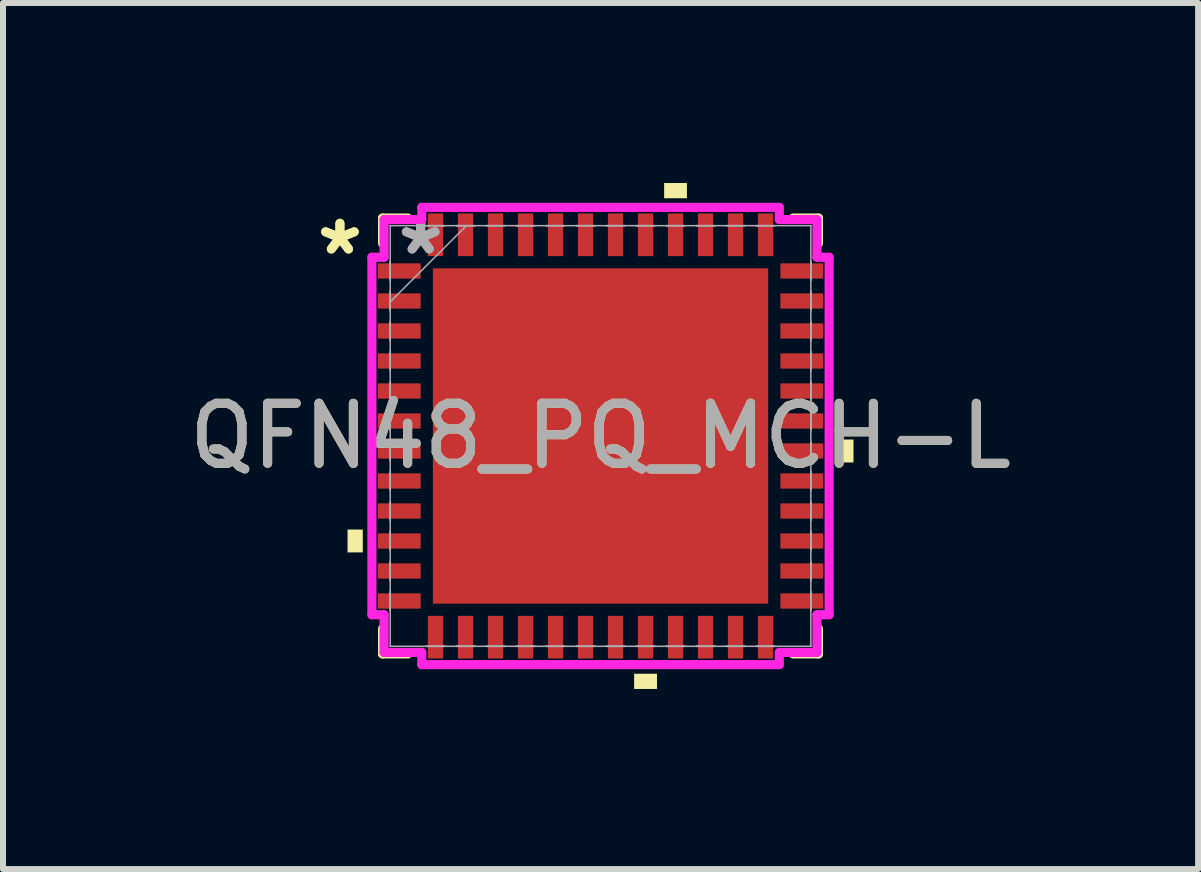
<source format=kicad_pcb>
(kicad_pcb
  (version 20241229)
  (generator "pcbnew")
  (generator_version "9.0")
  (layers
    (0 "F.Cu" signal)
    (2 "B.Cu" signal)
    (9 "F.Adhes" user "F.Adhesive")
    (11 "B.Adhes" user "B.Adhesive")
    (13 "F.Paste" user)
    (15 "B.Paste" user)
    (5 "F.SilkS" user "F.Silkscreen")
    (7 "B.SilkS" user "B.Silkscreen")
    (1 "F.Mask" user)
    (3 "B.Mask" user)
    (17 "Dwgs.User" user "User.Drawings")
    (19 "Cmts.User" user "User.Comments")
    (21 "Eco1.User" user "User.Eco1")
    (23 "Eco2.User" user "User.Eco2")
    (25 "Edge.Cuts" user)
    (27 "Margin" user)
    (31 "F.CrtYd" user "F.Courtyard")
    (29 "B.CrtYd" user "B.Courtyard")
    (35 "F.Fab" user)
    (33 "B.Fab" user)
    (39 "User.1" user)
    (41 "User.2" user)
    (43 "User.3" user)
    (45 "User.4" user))
  (footprint "QFN48_PQ_MCH-L"
    (layer "F.Cu")
    (at 6.958 4.216)
    (property "Reference" "QFN48_PQ_MCH-L" (at 0 0 0) (unlocked yes) (layer "F.SilkS") (effects (font (size 1 1) (thickness 0.15))))
    (attr smd)
    (fp_line (start -3.632 -3.632) (end -3.632 -3.21) (stroke (width 0.152) (type solid)) (layer "F.SilkS"))
    (fp_line (start -3.632 3.21) (end -3.632 3.632) (stroke (width 0.152) (type solid)) (layer "F.SilkS"))
    (fp_line (start -3.632 3.632) (end -3.21 3.632) (stroke (width 0.152) (type solid)) (layer "F.SilkS"))
    (fp_line (start -3.21 -3.632) (end -3.632 -3.632) (stroke (width 0.152) (type solid)) (layer "F.SilkS"))
    (fp_line (start 3.21 3.632) (end 3.632 3.632) (stroke (width 0.152) (type solid)) (layer "F.SilkS"))
    (fp_line (start 3.632 -3.632) (end 3.21 -3.632) (stroke (width 0.152) (type solid)) (layer "F.SilkS"))
    (fp_line (start 3.632 -3.21) (end 3.632 -3.632) (stroke (width 0.152) (type solid)) (layer "F.SilkS"))
    (fp_line (start 3.632 3.632) (end 3.632 3.21) (stroke (width 0.152) (type solid)) (layer "F.SilkS"))
    (fp_poly (pts (xy -4.216 1.559) (xy -4.216 1.94) (xy -3.962 1.94) (xy -3.962 1.559)) (stroke (width 0) (type solid)) (fill yes) (layer "F.SilkS"))
    (fp_poly (pts (xy 0.56 3.962) (xy 0.56 4.216) (xy 0.941 4.216) (xy 0.941 3.962)) (stroke (width 0) (type solid)) (fill yes) (layer "F.SilkS"))
    (fp_poly (pts (xy 1.06 -3.962) (xy 1.06 -4.216) (xy 1.44 -4.216) (xy 1.44 -3.962)) (stroke (width 0) (type solid)) (fill yes) (layer "F.SilkS"))
    (fp_poly (pts (xy 4.216 0.059) (xy 4.216 0.441) (xy 3.962 0.441) (xy 3.962 0.059)) (stroke (width 0) (type solid)) (fill yes) (layer "F.SilkS"))
    (fp_poly (pts (xy -2.694 -2.694) (xy -2.694 -1.497) (xy -1.497 -1.497) (xy -1.497 -2.694)) (stroke (width 0) (type solid)) (fill yes) (layer "F.Paste"))
    (fp_poly (pts (xy -2.694 -1.297) (xy -2.694 -0.1) (xy -1.497 -0.1) (xy -1.497 -1.297)) (stroke (width 0) (type solid)) (fill yes) (layer "F.Paste"))
    (fp_poly (pts (xy -2.694 0.1) (xy -2.694 1.297) (xy -1.497 1.297) (xy -1.497 0.1)) (stroke (width 0) (type solid)) (fill yes) (layer "F.Paste"))
    (fp_poly (pts (xy -2.694 1.497) (xy -2.694 2.694) (xy -1.497 2.694) (xy -1.497 1.497)) (stroke (width 0) (type solid)) (fill yes) (layer "F.Paste"))
    (fp_poly (pts (xy -1.297 -2.694) (xy -1.297 -1.497) (xy -0.1 -1.497) (xy -0.1 -2.694)) (stroke (width 0) (type solid)) (fill yes) (layer "F.Paste"))
    (fp_poly (pts (xy -1.297 -1.297) (xy -1.297 -0.1) (xy -0.1 -0.1) (xy -0.1 -1.297)) (stroke (width 0) (type solid)) (fill yes) (layer "F.Paste"))
    (fp_poly (pts (xy -1.297 0.1) (xy -1.297 1.297) (xy -0.1 1.297) (xy -0.1 0.1)) (stroke (width 0) (type solid)) (fill yes) (layer "F.Paste"))
    (fp_poly (pts (xy -1.297 1.497) (xy -1.297 2.694) (xy -0.1 2.694) (xy -0.1 1.497)) (stroke (width 0) (type solid)) (fill yes) (layer "F.Paste"))
    (fp_poly (pts (xy 0.1 -2.694) (xy 0.1 -1.497) (xy 1.297 -1.497) (xy 1.297 -2.694)) (stroke (width 0) (type solid)) (fill yes) (layer "F.Paste"))
    (fp_poly (pts (xy 0.1 -1.297) (xy 0.1 -0.1) (xy 1.297 -0.1) (xy 1.297 -1.297)) (stroke (width 0) (type solid)) (fill yes) (layer "F.Paste"))
    (fp_poly (pts (xy 0.1 0.1) (xy 0.1 1.297) (xy 1.297 1.297) (xy 1.297 0.1)) (stroke (width 0) (type solid)) (fill yes) (layer "F.Paste"))
    (fp_poly (pts (xy 0.1 1.497) (xy 0.1 2.694) (xy 1.297 2.694) (xy 1.297 1.497)) (stroke (width 0) (type solid)) (fill yes) (layer "F.Paste"))
    (fp_poly (pts (xy 1.497 -2.694) (xy 1.497 -1.497) (xy 2.694 -1.497) (xy 2.694 -2.694)) (stroke (width 0) (type solid)) (fill yes) (layer "F.Paste"))
    (fp_poly (pts (xy 1.497 -1.297) (xy 1.497 -0.1) (xy 2.694 -0.1) (xy 2.694 -1.297)) (stroke (width 0) (type solid)) (fill yes) (layer "F.Paste"))
    (fp_poly (pts (xy 1.497 0.1) (xy 1.497 1.297) (xy 2.694 1.297) (xy 2.694 0.1)) (stroke (width 0) (type solid)) (fill yes) (layer "F.Paste"))
    (fp_poly (pts (xy 1.497 1.497) (xy 1.497 2.694) (xy 2.694 2.694) (xy 2.694 1.497)) (stroke (width 0) (type solid)) (fill yes) (layer "F.Paste"))
    (fp_line (start -3.81 -2.979) (end -3.607 -2.979) (stroke (width 0.152) (type solid)) (layer "F.CrtYd"))
    (fp_line (start -3.81 2.979) (end -3.81 -2.979) (stroke (width 0.152) (type solid)) (layer "F.CrtYd"))
    (fp_line (start -3.607 -3.607) (end -2.979 -3.607) (stroke (width 0.152) (type solid)) (layer "F.CrtYd"))
    (fp_line (start -3.607 -2.979) (end -3.607 -3.607) (stroke (width 0.152) (type solid)) (layer "F.CrtYd"))
    (fp_line (start -3.607 2.979) (end -3.81 2.979) (stroke (width 0.152) (type solid)) (layer "F.CrtYd"))
    (fp_line (start -3.607 3.607) (end -3.607 2.979) (stroke (width 0.152) (type solid)) (layer "F.CrtYd"))
    (fp_line (start -2.979 -3.81) (end 2.979 -3.81) (stroke (width 0.152) (type solid)) (layer "F.CrtYd"))
    (fp_line (start -2.979 -3.607) (end -2.979 -3.81) (stroke (width 0.152) (type solid)) (layer "F.CrtYd"))
    (fp_line (start -2.979 3.607) (end -3.607 3.607) (stroke (width 0.152) (type solid)) (layer "F.CrtYd"))
    (fp_line (start -2.979 3.81) (end -2.979 3.607) (stroke (width 0.152) (type solid)) (layer "F.CrtYd"))
    (fp_line (start 2.979 -3.81) (end 2.979 -3.607) (stroke (width 0.152) (type solid)) (layer "F.CrtYd"))
    (fp_line (start 2.979 -3.607) (end 3.607 -3.607) (stroke (width 0.152) (type solid)) (layer "F.CrtYd"))
    (fp_line (start 2.979 3.607) (end 2.979 3.81) (stroke (width 0.152) (type solid)) (layer "F.CrtYd"))
    (fp_line (start 2.979 3.81) (end -2.979 3.81) (stroke (width 0.152) (type solid)) (layer "F.CrtYd"))
    (fp_line (start 3.607 -3.607) (end 3.607 -2.979) (stroke (width 0.152) (type solid)) (layer "F.CrtYd"))
    (fp_line (start 3.607 -2.979) (end 3.81 -2.979) (stroke (width 0.152) (type solid)) (layer "F.CrtYd"))
    (fp_line (start 3.607 2.979) (end 3.607 3.607) (stroke (width 0.152) (type solid)) (layer "F.CrtYd"))
    (fp_line (start 3.607 3.607) (end 2.979 3.607) (stroke (width 0.152) (type solid)) (layer "F.CrtYd"))
    (fp_line (start 3.81 -2.979) (end 3.81 2.979) (stroke (width 0.152) (type solid)) (layer "F.CrtYd"))
    (fp_line (start 3.81 2.979) (end 3.607 2.979) (stroke (width 0.152) (type solid)) (layer "F.CrtYd"))
    (fp_line (start -3.505 -3.505) (end -3.505 -3.505) (stroke (width 0.025) (type solid)) (layer "F.Fab"))
    (fp_line (start -3.505 -3.505) (end -3.505 3.505) (stroke (width 0.025) (type solid)) (layer "F.Fab"))
    (fp_line (start -3.505 -2.902) (end -3.505 -2.902) (stroke (width 0.025) (type solid)) (layer "F.Fab"))
    (fp_line (start -3.505 -2.902) (end -3.505 -2.598) (stroke (width 0.025) (type solid)) (layer "F.Fab"))
    (fp_line (start -3.505 -2.598) (end -3.505 -2.902) (stroke (width 0.025) (type solid)) (layer "F.Fab"))
    (fp_line (start -3.505 -2.598) (end -3.505 -2.598) (stroke (width 0.025) (type solid)) (layer "F.Fab"))
    (fp_line (start -3.505 -2.402) (end -3.505 -2.402) (stroke (width 0.025) (type solid)) (layer "F.Fab"))
    (fp_line (start -3.505 -2.402) (end -3.505 -2.098) (stroke (width 0.025) (type solid)) (layer "F.Fab"))
    (fp_line (start -3.505 -2.235) (end -2.235 -3.505) (stroke (width 0.025) (type solid)) (layer "F.Fab"))
    (fp_line (start -3.505 -2.098) (end -3.505 -2.402) (stroke (width 0.025) (type solid)) (layer "F.Fab"))
    (fp_line (start -3.505 -2.098) (end -3.505 -2.098) (stroke (width 0.025) (type solid)) (layer "F.Fab"))
    (fp_line (start -3.505 -1.902) (end -3.505 -1.902) (stroke (width 0.025) (type solid)) (layer "F.Fab"))
    (fp_line (start -3.505 -1.902) (end -3.505 -1.598) (stroke (width 0.025) (type solid)) (layer "F.Fab"))
    (fp_line (start -3.505 -1.598) (end -3.505 -1.902) (stroke (width 0.025) (type solid)) (layer "F.Fab"))
    (fp_line (start -3.505 -1.598) (end -3.505 -1.598) (stroke (width 0.025) (type solid)) (layer "F.Fab"))
    (fp_line (start -3.505 -1.402) (end -3.505 -1.402) (stroke (width 0.025) (type solid)) (layer "F.Fab"))
    (fp_line (start -3.505 -1.402) (end -3.505 -1.098) (stroke (width 0.025) (type solid)) (layer "F.Fab"))
    (fp_line (start -3.505 -1.098) (end -3.505 -1.402) (stroke (width 0.025) (type solid)) (layer "F.Fab"))
    (fp_line (start -3.505 -1.098) (end -3.505 -1.098) (stroke (width 0.025) (type solid)) (layer "F.Fab"))
    (fp_line (start -3.505 -0.902) (end -3.505 -0.902) (stroke (width 0.025) (type solid)) (layer "F.Fab"))
    (fp_line (start -3.505 -0.902) (end -3.505 -0.598) (stroke (width 0.025) (type solid)) (layer "F.Fab"))
    (fp_line (start -3.505 -0.598) (end -3.505 -0.902) (stroke (width 0.025) (type solid)) (layer "F.Fab"))
    (fp_line (start -3.505 -0.598) (end -3.505 -0.598) (stroke (width 0.025) (type solid)) (layer "F.Fab"))
    (fp_line (start -3.505 -0.402) (end -3.505 -0.402) (stroke (width 0.025) (type solid)) (layer "F.Fab"))
    (fp_line (start -3.505 -0.402) (end -3.505 -0.098) (stroke (width 0.025) (type solid)) (layer "F.Fab"))
    (fp_line (start -3.505 -0.098) (end -3.505 -0.402) (stroke (width 0.025) (type solid)) (layer "F.Fab"))
    (fp_line (start -3.505 -0.098) (end -3.505 -0.098) (stroke (width 0.025) (type solid)) (layer "F.Fab"))
    (fp_line (start -3.505 0.098) (end -3.505 0.098) (stroke (width 0.025) (type solid)) (layer "F.Fab"))
    (fp_line (start -3.505 0.098) (end -3.505 0.402) (stroke (width 0.025) (type solid)) (layer "F.Fab"))
    (fp_line (start -3.505 0.402) (end -3.505 0.098) (stroke (width 0.025) (type solid)) (layer "F.Fab"))
    (fp_line (start -3.505 0.402) (end -3.505 0.402) (stroke (width 0.025) (type solid)) (layer "F.Fab"))
    (fp_line (start -3.505 0.598) (end -3.505 0.598) (stroke (width 0.025) (type solid)) (layer "F.Fab"))
    (fp_line (start -3.505 0.598) (end -3.505 0.902) (stroke (width 0.025) (type solid)) (layer "F.Fab"))
    (fp_line (start -3.505 0.902) (end -3.505 0.598) (stroke (width 0.025) (type solid)) (layer "F.Fab"))
    (fp_line (start -3.505 0.902) (end -3.505 0.902) (stroke (width 0.025) (type solid)) (layer "F.Fab"))
    (fp_line (start -3.505 1.098) (end -3.505 1.098) (stroke (width 0.025) (type solid)) (layer "F.Fab"))
    (fp_line (start -3.505 1.098) (end -3.505 1.402) (stroke (width 0.025) (type solid)) (layer "F.Fab"))
    (fp_line (start -3.505 1.402) (end -3.505 1.098) (stroke (width 0.025) (type solid)) (layer "F.Fab"))
    (fp_line (start -3.505 1.402) (end -3.505 1.402) (stroke (width 0.025) (type solid)) (layer "F.Fab"))
    (fp_line (start -3.505 1.598) (end -3.505 1.598) (stroke (width 0.025) (type solid)) (layer "F.Fab"))
    (fp_line (start -3.505 1.598) (end -3.505 1.902) (stroke (width 0.025) (type solid)) (layer "F.Fab"))
    (fp_line (start -3.505 1.902) (end -3.505 1.598) (stroke (width 0.025) (type solid)) (layer "F.Fab"))
    (fp_line (start -3.505 1.902) (end -3.505 1.902) (stroke (width 0.025) (type solid)) (layer "F.Fab"))
    (fp_line (start -3.505 2.098) (end -3.505 2.098) (stroke (width 0.025) (type solid)) (layer "F.Fab"))
    (fp_line (start -3.505 2.098) (end -3.505 2.402) (stroke (width 0.025) (type solid)) (layer "F.Fab"))
    (fp_line (start -3.505 2.402) (end -3.505 2.098) (stroke (width 0.025) (type solid)) (layer "F.Fab"))
    (fp_line (start -3.505 2.402) (end -3.505 2.402) (stroke (width 0.025) (type solid)) (layer "F.Fab"))
    (fp_line (start -3.505 2.598) (end -3.505 2.598) (stroke (width 0.025) (type solid)) (layer "F.Fab"))
    (fp_line (start -3.505 2.598) (end -3.505 2.902) (stroke (width 0.025) (type solid)) (layer "F.Fab"))
    (fp_line (start -3.505 2.902) (end -3.505 2.598) (stroke (width 0.025) (type solid)) (layer "F.Fab"))
    (fp_line (start -3.505 2.902) (end -3.505 2.902) (stroke (width 0.025) (type solid)) (layer "F.Fab"))
    (fp_line (start -3.505 3.505) (end -3.505 3.505) (stroke (width 0.025) (type solid)) (layer "F.Fab"))
    (fp_line (start -3.505 3.505) (end 3.505 3.505) (stroke (width 0.025) (type solid)) (layer "F.Fab"))
    (fp_line (start -2.902 -3.505) (end -2.902 -3.505) (stroke (width 0.025) (type solid)) (layer "F.Fab"))
    (fp_line (start -2.902 -3.505) (end -2.598 -3.505) (stroke (width 0.025) (type solid)) (layer "F.Fab"))
    (fp_line (start -2.902 3.505) (end -2.902 3.505) (stroke (width 0.025) (type solid)) (layer "F.Fab"))
    (fp_line (start -2.902 3.505) (end -2.598 3.505) (stroke (width 0.025) (type solid)) (layer "F.Fab"))
    (fp_line (start -2.598 -3.505) (end -2.902 -3.505) (stroke (width 0.025) (type solid)) (layer "F.Fab"))
    (fp_line (start -2.598 -3.505) (end -2.598 -3.505) (stroke (width 0.025) (type solid)) (layer "F.Fab"))
    (fp_line (start -2.598 3.505) (end -2.902 3.505) (stroke (width 0.025) (type solid)) (layer "F.Fab"))
    (fp_line (start -2.598 3.505) (end -2.598 3.505) (stroke (width 0.025) (type solid)) (layer "F.Fab"))
    (fp_line (start -2.402 -3.505) (end -2.402 -3.505) (stroke (width 0.025) (type solid)) (layer "F.Fab"))
    (fp_line (start -2.402 -3.505) (end -2.098 -3.505) (stroke (width 0.025) (type solid)) (layer "F.Fab"))
    (fp_line (start -2.402 3.505) (end -2.402 3.505) (stroke (width 0.025) (type solid)) (layer "F.Fab"))
    (fp_line (start -2.402 3.505) (end -2.098 3.505) (stroke (width 0.025) (type solid)) (layer "F.Fab"))
    (fp_line (start -2.098 -3.505) (end -2.402 -3.505) (stroke (width 0.025) (type solid)) (layer "F.Fab"))
    (fp_line (start -2.098 -3.505) (end -2.098 -3.505) (stroke (width 0.025) (type solid)) (layer "F.Fab"))
    (fp_line (start -2.098 3.505) (end -2.402 3.505) (stroke (width 0.025) (type solid)) (layer "F.Fab"))
    (fp_line (start -2.098 3.505) (end -2.098 3.505) (stroke (width 0.025) (type solid)) (layer "F.Fab"))
    (fp_line (start -1.902 -3.505) (end -1.902 -3.505) (stroke (width 0.025) (type solid)) (layer "F.Fab"))
    (fp_line (start -1.902 -3.505) (end -1.598 -3.505) (stroke (width 0.025) (type solid)) (layer "F.Fab"))
    (fp_line (start -1.902 3.505) (end -1.902 3.505) (stroke (width 0.025) (type solid)) (layer "F.Fab"))
    (fp_line (start -1.902 3.505) (end -1.598 3.505) (stroke (width 0.025) (type solid)) (layer "F.Fab"))
    (fp_line (start -1.598 -3.505) (end -1.902 -3.505) (stroke (width 0.025) (type solid)) (layer "F.Fab"))
    (fp_line (start -1.598 -3.505) (end -1.598 -3.505) (stroke (width 0.025) (type solid)) (layer "F.Fab"))
    (fp_line (start -1.598 3.505) (end -1.902 3.505) (stroke (width 0.025) (type solid)) (layer "F.Fab"))
    (fp_line (start -1.598 3.505) (end -1.598 3.505) (stroke (width 0.025) (type solid)) (layer "F.Fab"))
    (fp_line (start -1.402 -3.505) (end -1.402 -3.505) (stroke (width 0.025) (type solid)) (layer "F.Fab"))
    (fp_line (start -1.402 -3.505) (end -1.098 -3.505) (stroke (width 0.025) (type solid)) (layer "F.Fab"))
    (fp_line (start -1.402 3.505) (end -1.402 3.505) (stroke (width 0.025) (type solid)) (layer "F.Fab"))
    (fp_line (start -1.402 3.505) (end -1.098 3.505) (stroke (width 0.025) (type solid)) (layer "F.Fab"))
    (fp_line (start -1.098 -3.505) (end -1.402 -3.505) (stroke (width 0.025) (type solid)) (layer "F.Fab"))
    (fp_line (start -1.098 -3.505) (end -1.098 -3.505) (stroke (width 0.025) (type solid)) (layer "F.Fab"))
    (fp_line (start -1.098 3.505) (end -1.402 3.505) (stroke (width 0.025) (type solid)) (layer "F.Fab"))
    (fp_line (start -1.098 3.505) (end -1.098 3.505) (stroke (width 0.025) (type solid)) (layer "F.Fab"))
    (fp_line (start -0.902 -3.505) (end -0.902 -3.505) (stroke (width 0.025) (type solid)) (layer "F.Fab"))
    (fp_line (start -0.902 -3.505) (end -0.598 -3.505) (stroke (width 0.025) (type solid)) (layer "F.Fab"))
    (fp_line (start -0.902 3.505) (end -0.902 3.505) (stroke (width 0.025) (type solid)) (layer "F.Fab"))
    (fp_line (start -0.902 3.505) (end -0.598 3.505) (stroke (width 0.025) (type solid)) (layer "F.Fab"))
    (fp_line (start -0.598 -3.505) (end -0.902 -3.505) (stroke (width 0.025) (type solid)) (layer "F.Fab"))
    (fp_line (start -0.598 -3.505) (end -0.598 -3.505) (stroke (width 0.025) (type solid)) (layer "F.Fab"))
    (fp_line (start -0.598 3.505) (end -0.902 3.505) (stroke (width 0.025) (type solid)) (layer "F.Fab"))
    (fp_line (start -0.598 3.505) (end -0.598 3.505) (stroke (width 0.025) (type solid)) (layer "F.Fab"))
    (fp_line (start -0.402 -3.505) (end -0.402 -3.505) (stroke (width 0.025) (type solid)) (layer "F.Fab"))
    (fp_line (start -0.402 -3.505) (end -0.098 -3.505) (stroke (width 0.025) (type solid)) (layer "F.Fab"))
    (fp_line (start -0.402 3.505) (end -0.402 3.505) (stroke (width 0.025) (type solid)) (layer "F.Fab"))
    (fp_line (start -0.402 3.505) (end -0.098 3.505) (stroke (width 0.025) (type solid)) (layer "F.Fab"))
    (fp_line (start -0.098 -3.505) (end -0.402 -3.505) (stroke (width 0.025) (type solid)) (layer "F.Fab"))
    (fp_line (start -0.098 -3.505) (end -0.098 -3.505) (stroke (width 0.025) (type solid)) (layer "F.Fab"))
    (fp_line (start -0.098 3.505) (end -0.402 3.505) (stroke (width 0.025) (type solid)) (layer "F.Fab"))
    (fp_line (start -0.098 3.505) (end -0.098 3.505) (stroke (width 0.025) (type solid)) (layer "F.Fab"))
    (fp_line (start 0.098 -3.505) (end 0.098 -3.505) (stroke (width 0.025) (type solid)) (layer "F.Fab"))
    (fp_line (start 0.098 -3.505) (end 0.402 -3.505) (stroke (width 0.025) (type solid)) (layer "F.Fab"))
    (fp_line (start 0.098 3.505) (end 0.098 3.505) (stroke (width 0.025) (type solid)) (layer "F.Fab"))
    (fp_line (start 0.098 3.505) (end 0.402 3.505) (stroke (width 0.025) (type solid)) (layer "F.Fab"))
    (fp_line (start 0.402 -3.505) (end 0.098 -3.505) (stroke (width 0.025) (type solid)) (layer "F.Fab"))
    (fp_line (start 0.402 -3.505) (end 0.402 -3.505) (stroke (width 0.025) (type solid)) (layer "F.Fab"))
    (fp_line (start 0.402 3.505) (end 0.098 3.505) (stroke (width 0.025) (type solid)) (layer "F.Fab"))
    (fp_line (start 0.402 3.505) (end 0.402 3.505) (stroke (width 0.025) (type solid)) (layer "F.Fab"))
    (fp_line (start 0.598 -3.505) (end 0.598 -3.505) (stroke (width 0.025) (type solid)) (layer "F.Fab"))
    (fp_line (start 0.598 -3.505) (end 0.902 -3.505) (stroke (width 0.025) (type solid)) (layer "F.Fab"))
    (fp_line (start 0.598 3.505) (end 0.598 3.505) (stroke (width 0.025) (type solid)) (layer "F.Fab"))
    (fp_line (start 0.598 3.505) (end 0.902 3.505) (stroke (width 0.025) (type solid)) (layer "F.Fab"))
    (fp_line (start 0.902 -3.505) (end 0.598 -3.505) (stroke (width 0.025) (type solid)) (layer "F.Fab"))
    (fp_line (start 0.902 -3.505) (end 0.902 -3.505) (stroke (width 0.025) (type solid)) (layer "F.Fab"))
    (fp_line (start 0.902 3.505) (end 0.598 3.505) (stroke (width 0.025) (type solid)) (layer "F.Fab"))
    (fp_line (start 0.902 3.505) (end 0.902 3.505) (stroke (width 0.025) (type solid)) (layer "F.Fab"))
    (fp_line (start 1.098 -3.505) (end 1.098 -3.505) (stroke (width 0.025) (type solid)) (layer "F.Fab"))
    (fp_line (start 1.098 -3.505) (end 1.402 -3.505) (stroke (width 0.025) (type solid)) (layer "F.Fab"))
    (fp_line (start 1.098 3.505) (end 1.098 3.505) (stroke (width 0.025) (type solid)) (layer "F.Fab"))
    (fp_line (start 1.098 3.505) (end 1.402 3.505) (stroke (width 0.025) (type solid)) (layer "F.Fab"))
    (fp_line (start 1.402 -3.505) (end 1.098 -3.505) (stroke (width 0.025) (type solid)) (layer "F.Fab"))
    (fp_line (start 1.402 -3.505) (end 1.402 -3.505) (stroke (width 0.025) (type solid)) (layer "F.Fab"))
    (fp_line (start 1.402 3.505) (end 1.098 3.505) (stroke (width 0.025) (type solid)) (layer "F.Fab"))
    (fp_line (start 1.402 3.505) (end 1.402 3.505) (stroke (width 0.025) (type solid)) (layer "F.Fab"))
    (fp_line (start 1.598 -3.505) (end 1.598 -3.505) (stroke (width 0.025) (type solid)) (layer "F.Fab"))
    (fp_line (start 1.598 -3.505) (end 1.902 -3.505) (stroke (width 0.025) (type solid)) (layer "F.Fab"))
    (fp_line (start 1.598 3.505) (end 1.598 3.505) (stroke (width 0.025) (type solid)) (layer "F.Fab"))
    (fp_line (start 1.598 3.505) (end 1.902 3.505) (stroke (width 0.025) (type solid)) (layer "F.Fab"))
    (fp_line (start 1.902 -3.505) (end 1.598 -3.505) (stroke (width 0.025) (type solid)) (layer "F.Fab"))
    (fp_line (start 1.902 -3.505) (end 1.902 -3.505) (stroke (width 0.025) (type solid)) (layer "F.Fab"))
    (fp_line (start 1.902 3.505) (end 1.598 3.505) (stroke (width 0.025) (type solid)) (layer "F.Fab"))
    (fp_line (start 1.902 3.505) (end 1.902 3.505) (stroke (width 0.025) (type solid)) (layer "F.Fab"))
    (fp_line (start 2.098 -3.505) (end 2.098 -3.505) (stroke (width 0.025) (type solid)) (layer "F.Fab"))
    (fp_line (start 2.098 -3.505) (end 2.402 -3.505) (stroke (width 0.025) (type solid)) (layer "F.Fab"))
    (fp_line (start 2.098 3.505) (end 2.098 3.505) (stroke (width 0.025) (type solid)) (layer "F.Fab"))
    (fp_line (start 2.098 3.505) (end 2.402 3.505) (stroke (width 0.025) (type solid)) (layer "F.Fab"))
    (fp_line (start 2.402 -3.505) (end 2.098 -3.505) (stroke (width 0.025) (type solid)) (layer "F.Fab"))
    (fp_line (start 2.402 -3.505) (end 2.402 -3.505) (stroke (width 0.025) (type solid)) (layer "F.Fab"))
    (fp_line (start 2.402 3.505) (end 2.098 3.505) (stroke (width 0.025) (type solid)) (layer "F.Fab"))
    (fp_line (start 2.402 3.505) (end 2.402 3.505) (stroke (width 0.025) (type solid)) (layer "F.Fab"))
    (fp_line (start 2.598 -3.505) (end 2.598 -3.505) (stroke (width 0.025) (type solid)) (layer "F.Fab"))
    (fp_line (start 2.598 -3.505) (end 2.902 -3.505) (stroke (width 0.025) (type solid)) (layer "F.Fab"))
    (fp_line (start 2.598 3.505) (end 2.598 3.505) (stroke (width 0.025) (type solid)) (layer "F.Fab"))
    (fp_line (start 2.598 3.505) (end 2.902 3.505) (stroke (width 0.025) (type solid)) (layer "F.Fab"))
    (fp_line (start 2.902 -3.505) (end 2.598 -3.505) (stroke (width 0.025) (type solid)) (layer "F.Fab"))
    (fp_line (start 2.902 -3.505) (end 2.902 -3.505) (stroke (width 0.025) (type solid)) (layer "F.Fab"))
    (fp_line (start 2.902 3.505) (end 2.598 3.505) (stroke (width 0.025) (type solid)) (layer "F.Fab"))
    (fp_line (start 2.902 3.505) (end 2.902 3.505) (stroke (width 0.025) (type solid)) (layer "F.Fab"))
    (fp_line (start 3.505 -3.505) (end -3.505 -3.505) (stroke (width 0.025) (type solid)) (layer "F.Fab"))
    (fp_line (start 3.505 -3.505) (end 3.505 -3.505) (stroke (width 0.025) (type solid)) (layer "F.Fab"))
    (fp_line (start 3.505 -2.902) (end 3.505 -2.902) (stroke (width 0.025) (type solid)) (layer "F.Fab"))
    (fp_line (start 3.505 -2.902) (end 3.505 -2.598) (stroke (width 0.025) (type solid)) (layer "F.Fab"))
    (fp_line (start 3.505 -2.598) (end 3.505 -2.902) (stroke (width 0.025) (type solid)) (layer "F.Fab"))
    (fp_line (start 3.505 -2.598) (end 3.505 -2.598) (stroke (width 0.025) (type solid)) (layer "F.Fab"))
    (fp_line (start 3.505 -2.402) (end 3.505 -2.402) (stroke (width 0.025) (type solid)) (layer "F.Fab"))
    (fp_line (start 3.505 -2.402) (end 3.505 -2.098) (stroke (width 0.025) (type solid)) (layer "F.Fab"))
    (fp_line (start 3.505 -2.098) (end 3.505 -2.402) (stroke (width 0.025) (type solid)) (layer "F.Fab"))
    (fp_line (start 3.505 -2.098) (end 3.505 -2.098) (stroke (width 0.025) (type solid)) (layer "F.Fab"))
    (fp_line (start 3.505 -1.902) (end 3.505 -1.902) (stroke (width 0.025) (type solid)) (layer "F.Fab"))
    (fp_line (start 3.505 -1.902) (end 3.505 -1.598) (stroke (width 0.025) (type solid)) (layer "F.Fab"))
    (fp_line (start 3.505 -1.598) (end 3.505 -1.902) (stroke (width 0.025) (type solid)) (layer "F.Fab"))
    (fp_line (start 3.505 -1.598) (end 3.505 -1.598) (stroke (width 0.025) (type solid)) (layer "F.Fab"))
    (fp_line (start 3.505 -1.402) (end 3.505 -1.402) (stroke (width 0.025) (type solid)) (layer "F.Fab"))
    (fp_line (start 3.505 -1.402) (end 3.505 -1.098) (stroke (width 0.025) (type solid)) (layer "F.Fab"))
    (fp_line (start 3.505 -1.098) (end 3.505 -1.402) (stroke (width 0.025) (type solid)) (layer "F.Fab"))
    (fp_line (start 3.505 -1.098) (end 3.505 -1.098) (stroke (width 0.025) (type solid)) (layer "F.Fab"))
    (fp_line (start 3.505 -0.902) (end 3.505 -0.902) (stroke (width 0.025) (type solid)) (layer "F.Fab"))
    (fp_line (start 3.505 -0.902) (end 3.505 -0.598) (stroke (width 0.025) (type solid)) (layer "F.Fab"))
    (fp_line (start 3.505 -0.598) (end 3.505 -0.902) (stroke (width 0.025) (type solid)) (layer "F.Fab"))
    (fp_line (start 3.505 -0.598) (end 3.505 -0.598) (stroke (width 0.025) (type solid)) (layer "F.Fab"))
    (fp_line (start 3.505 -0.402) (end 3.505 -0.402) (stroke (width 0.025) (type solid)) (layer "F.Fab"))
    (fp_line (start 3.505 -0.402) (end 3.505 -0.098) (stroke (width 0.025) (type solid)) (layer "F.Fab"))
    (fp_line (start 3.505 -0.098) (end 3.505 -0.402) (stroke (width 0.025) (type solid)) (layer "F.Fab"))
    (fp_line (start 3.505 -0.098) (end 3.505 -0.098) (stroke (width 0.025) (type solid)) (layer "F.Fab"))
    (fp_line (start 3.505 0.098) (end 3.505 0.098) (stroke (width 0.025) (type solid)) (layer "F.Fab"))
    (fp_line (start 3.505 0.098) (end 3.505 0.402) (stroke (width 0.025) (type solid)) (layer "F.Fab"))
    (fp_line (start 3.505 0.402) (end 3.505 0.098) (stroke (width 0.025) (type solid)) (layer "F.Fab"))
    (fp_line (start 3.505 0.402) (end 3.505 0.402) (stroke (width 0.025) (type solid)) (layer "F.Fab"))
    (fp_line (start 3.505 0.598) (end 3.505 0.598) (stroke (width 0.025) (type solid)) (layer "F.Fab"))
    (fp_line (start 3.505 0.598) (end 3.505 0.902) (stroke (width 0.025) (type solid)) (layer "F.Fab"))
    (fp_line (start 3.505 0.902) (end 3.505 0.598) (stroke (width 0.025) (type solid)) (layer "F.Fab"))
    (fp_line (start 3.505 0.902) (end 3.505 0.902) (stroke (width 0.025) (type solid)) (layer "F.Fab"))
    (fp_line (start 3.505 1.098) (end 3.505 1.098) (stroke (width 0.025) (type solid)) (layer "F.Fab"))
    (fp_line (start 3.505 1.098) (end 3.505 1.402) (stroke (width 0.025) (type solid)) (layer "F.Fab"))
    (fp_line (start 3.505 1.402) (end 3.505 1.098) (stroke (width 0.025) (type solid)) (layer "F.Fab"))
    (fp_line (start 3.505 1.402) (end 3.505 1.402) (stroke (width 0.025) (type solid)) (layer "F.Fab"))
    (fp_line (start 3.505 1.598) (end 3.505 1.598) (stroke (width 0.025) (type solid)) (layer "F.Fab"))
    (fp_line (start 3.505 1.598) (end 3.505 1.902) (stroke (width 0.025) (type solid)) (layer "F.Fab"))
    (fp_line (start 3.505 1.902) (end 3.505 1.598) (stroke (width 0.025) (type solid)) (layer "F.Fab"))
    (fp_line (start 3.505 1.902) (end 3.505 1.902) (stroke (width 0.025) (type solid)) (layer "F.Fab"))
    (fp_line (start 3.505 2.098) (end 3.505 2.098) (stroke (width 0.025) (type solid)) (layer "F.Fab"))
    (fp_line (start 3.505 2.098) (end 3.505 2.402) (stroke (width 0.025) (type solid)) (layer "F.Fab"))
    (fp_line (start 3.505 2.402) (end 3.505 2.098) (stroke (width 0.025) (type solid)) (layer "F.Fab"))
    (fp_line (start 3.505 2.402) (end 3.505 2.402) (stroke (width 0.025) (type solid)) (layer "F.Fab"))
    (fp_line (start 3.505 2.598) (end 3.505 2.598) (stroke (width 0.025) (type solid)) (layer "F.Fab"))
    (fp_line (start 3.505 2.598) (end 3.505 2.902) (stroke (width 0.025) (type solid)) (layer "F.Fab"))
    (fp_line (start 3.505 2.902) (end 3.505 2.598) (stroke (width 0.025) (type solid)) (layer "F.Fab"))
    (fp_line (start 3.505 2.902) (end 3.505 2.902) (stroke (width 0.025) (type solid)) (layer "F.Fab"))
    (fp_line (start 3.505 3.505) (end 3.505 -3.505) (stroke (width 0.025) (type solid)) (layer "F.Fab"))
    (fp_line (start 3.505 3.505) (end 3.505 3.505) (stroke (width 0.025) (type solid)) (layer "F.Fab"))
    (fp_text user "*" (at -4.343 -3 0) (layer "F.SilkS") (effects (font (size 1 1) (thickness 0.15))))
    (fp_text user "*" (at -4.343 -3 0) (unlocked yes) (layer "F.SilkS") (effects (font (size 1 1) (thickness 0.15))))
    (fp_text user "*" (at -2.997 -3 0) (layer "F.Fab") (effects (font (size 1 1) (thickness 0.15))))
    (fp_text user "${REFERENCE}" (at 0 0 0) (unlocked yes) (layer "F.Fab") (effects (font (size 1 1) (thickness 0.15))))
    (fp_text user "*" (at -2.997 -3 0) (unlocked yes) (layer "F.Fab") (effects (font (size 1 1) (thickness 0.15))))
    (pad "1" smd rect (at -3.353 -2.75 90) (size 0.254 0.711) (layers "F.Cu" "F.Mask" "F.Paste"))
    (pad "2" smd rect (at -3.353 -2.25 90) (size 0.254 0.711) (layers "F.Cu" "F.Mask" "F.Paste"))
    (pad "3" smd rect (at -3.353 -1.75 90) (size 0.254 0.711) (layers "F.Cu" "F.Mask" "F.Paste"))
    (pad "4" smd rect (at -3.353 -1.25 90) (size 0.254 0.711) (layers "F.Cu" "F.Mask" "F.Paste"))
    (pad "5" smd rect (at -3.353 -0.75 90) (size 0.254 0.711) (layers "F.Cu" "F.Mask" "F.Paste"))
    (pad "6" smd rect (at -3.353 -0.25 90) (size 0.254 0.711) (layers "F.Cu" "F.Mask" "F.Paste"))
    (pad "7" smd rect (at -3.353 0.25 90) (size 0.254 0.711) (layers "F.Cu" "F.Mask" "F.Paste"))
    (pad "8" smd rect (at -3.353 0.75 90) (size 0.254 0.711) (layers "F.Cu" "F.Mask" "F.Paste"))
    (pad "9" smd rect (at -3.353 1.25 90) (size 0.254 0.711) (layers "F.Cu" "F.Mask" "F.Paste"))
    (pad "10" smd rect (at -3.353 1.75 90) (size 0.254 0.711) (layers "F.Cu" "F.Mask" "F.Paste"))
    (pad "11" smd rect (at -3.353 2.25 90) (size 0.254 0.711) (layers "F.Cu" "F.Mask" "F.Paste"))
    (pad "12" smd rect (at -3.353 2.75 90) (size 0.254 0.711) (layers "F.Cu" "F.Mask" "F.Paste"))
    (pad "13" smd rect (at -2.75 3.353) (size 0.254 0.711) (layers "F.Cu" "F.Mask" "F.Paste"))
    (pad "14" smd rect (at -2.25 3.353) (size 0.254 0.711) (layers "F.Cu" "F.Mask" "F.Paste"))
    (pad "15" smd rect (at -1.75 3.353) (size 0.254 0.711) (layers "F.Cu" "F.Mask" "F.Paste"))
    (pad "16" smd rect (at -1.25 3.353) (size 0.254 0.711) (layers "F.Cu" "F.Mask" "F.Paste"))
    (pad "17" smd rect (at -0.75 3.353) (size 0.254 0.711) (layers "F.Cu" "F.Mask" "F.Paste"))
    (pad "18" smd rect (at -0.25 3.353) (size 0.254 0.711) (layers "F.Cu" "F.Mask" "F.Paste"))
    (pad "19" smd rect (at 0.25 3.353) (size 0.254 0.711) (layers "F.Cu" "F.Mask" "F.Paste"))
    (pad "20" smd rect (at 0.75 3.353) (size 0.254 0.711) (layers "F.Cu" "F.Mask" "F.Paste"))
    (pad "21" smd rect (at 1.25 3.353) (size 0.254 0.711) (layers "F.Cu" "F.Mask" "F.Paste"))
    (pad "22" smd rect (at 1.75 3.353) (size 0.254 0.711) (layers "F.Cu" "F.Mask" "F.Paste"))
    (pad "23" smd rect (at 2.25 3.353) (size 0.254 0.711) (layers "F.Cu" "F.Mask" "F.Paste"))
    (pad "24" smd rect (at 2.75 3.353) (size 0.254 0.711) (layers "F.Cu" "F.Mask" "F.Paste"))
    (pad "25" smd rect (at 3.353 2.75 90) (size 0.254 0.711) (layers "F.Cu" "F.Mask" "F.Paste"))
    (pad "26" smd rect (at 3.353 2.25 90) (size 0.254 0.711) (layers "F.Cu" "F.Mask" "F.Paste"))
    (pad "27" smd rect (at 3.353 1.75 90) (size 0.254 0.711) (layers "F.Cu" "F.Mask" "F.Paste"))
    (pad "28" smd rect (at 3.353 1.25 90) (size 0.254 0.711) (layers "F.Cu" "F.Mask" "F.Paste"))
    (pad "29" smd rect (at 3.353 0.75 90) (size 0.254 0.711) (layers "F.Cu" "F.Mask" "F.Paste"))
    (pad "30" smd rect (at 3.353 0.25 90) (size 0.254 0.711) (layers "F.Cu" "F.Mask" "F.Paste"))
    (pad "31" smd rect (at 3.353 -0.25 90) (size 0.254 0.711) (layers "F.Cu" "F.Mask" "F.Paste"))
    (pad "32" smd rect (at 3.353 -0.75 90) (size 0.254 0.711) (layers "F.Cu" "F.Mask" "F.Paste"))
    (pad "33" smd rect (at 3.353 -1.25 90) (size 0.254 0.711) (layers "F.Cu" "F.Mask" "F.Paste"))
    (pad "34" smd rect (at 3.353 -1.75 90) (size 0.254 0.711) (layers "F.Cu" "F.Mask" "F.Paste"))
    (pad "35" smd rect (at 3.353 -2.25 90) (size 0.254 0.711) (layers "F.Cu" "F.Mask" "F.Paste"))
    (pad "36" smd rect (at 3.353 -2.75 90) (size 0.254 0.711) (layers "F.Cu" "F.Mask" "F.Paste"))
    (pad "37" smd rect (at 2.75 -3.353) (size 0.254 0.711) (layers "F.Cu" "F.Mask" "F.Paste"))
    (pad "38" smd rect (at 2.25 -3.353) (size 0.254 0.711) (layers "F.Cu" "F.Mask" "F.Paste"))
    (pad "39" smd rect (at 1.75 -3.353) (size 0.254 0.711) (layers "F.Cu" "F.Mask" "F.Paste"))
    (pad "40" smd rect (at 1.25 -3.353) (size 0.254 0.711) (layers "F.Cu" "F.Mask" "F.Paste"))
    (pad "41" smd rect (at 0.75 -3.353) (size 0.254 0.711) (layers "F.Cu" "F.Mask" "F.Paste"))
    (pad "42" smd rect (at 0.25 -3.353) (size 0.254 0.711) (layers "F.Cu" "F.Mask" "F.Paste"))
    (pad "43" smd rect (at -0.25 -3.353) (size 0.254 0.711) (layers "F.Cu" "F.Mask" "F.Paste"))
    (pad "44" smd rect (at -0.75 -3.353) (size 0.254 0.711) (layers "F.Cu" "F.Mask" "F.Paste"))
    (pad "45" smd rect (at -1.25 -3.353) (size 0.254 0.711) (layers "F.Cu" "F.Mask" "F.Paste"))
    (pad "46" smd rect (at -1.75 -3.353) (size 0.254 0.711) (layers "F.Cu" "F.Mask" "F.Paste"))
    (pad "47" smd rect (at -2.25 -3.353) (size 0.254 0.711) (layers "F.Cu" "F.Mask" "F.Paste"))
    (pad "48" smd rect (at -2.75 -3.353) (size 0.254 0.711) (layers "F.Cu" "F.Mask" "F.Paste"))
    (pad "49" smd rect (at 0 0) (size 5.588 5.588) (layers "F.Cu" "F.Mask" "F.Paste")))
  (gr_rect
    (start -3 -3)
    (end 16.917 11.433)
    (stroke (width 0.1) (type default))
    (fill no)
    (layer "Edge.Cuts")))
</source>
